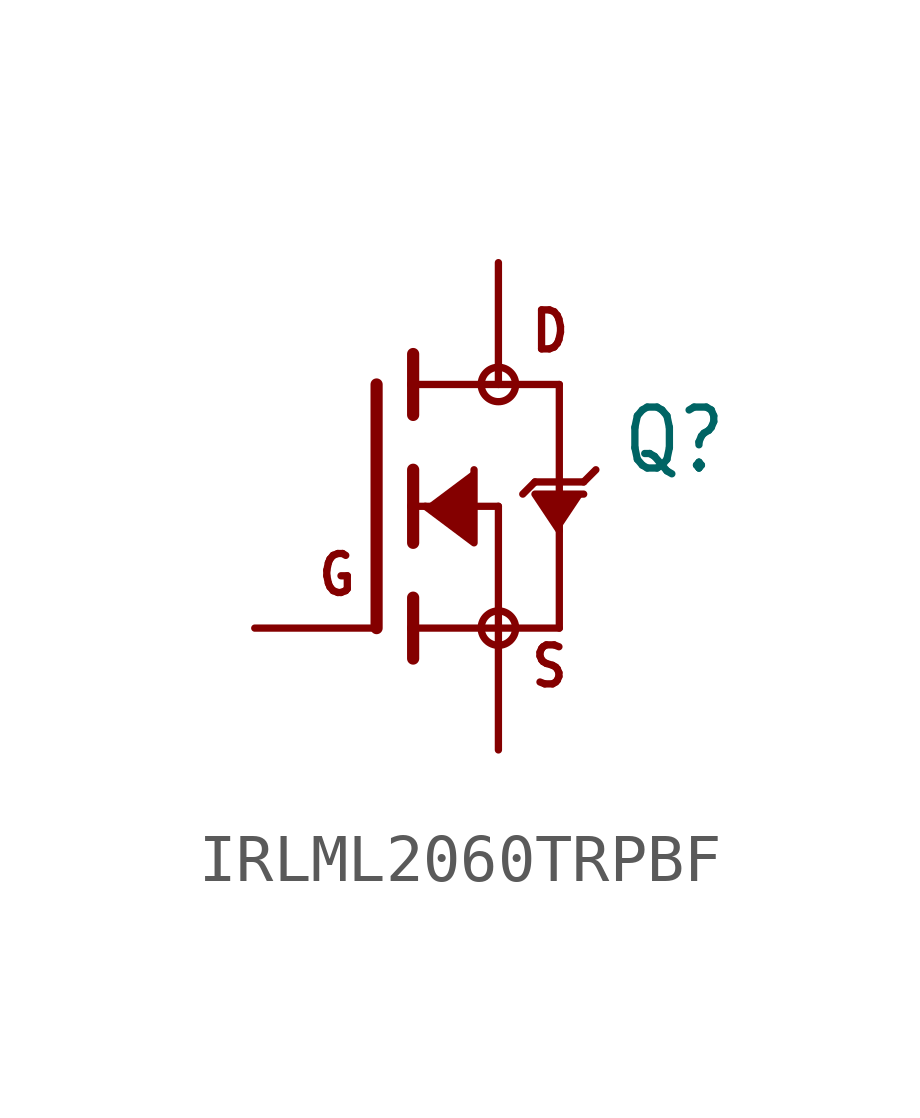
<source format=kicad_sym>
(kicad_symbol_lib
  (version 20241209)
  (generator "kicad_symbol_editor")
  (generator_version "9.0")
  (symbol "IRLML2060TRPBF"
    (property "Reference" "Q"
      (at 5.08 0.635 0)
      (effects (font (size 1.27 1.079)) (justify left bottom)))
    (property "Value" ""
      (at 5.08 -1.27 0)
      (effects (font (size 1.27 1.079)) (justify left bottom)))
    (property "ki_locked" ""
      (at 0 0 0)
      (effects (font (size 1.27 1.27))))
    (symbol "IRLML2060TRPBF_1_0"
      (polyline (pts (xy 0 2.54) (xy 0 -2.54)) (stroke (width 0.254) (type solid)) (fill (type none)))
      (polyline (pts (xy 0.762 3.175) (xy 0.762 2.54)) (stroke (width 0.254) (type solid)) (fill (type none)))
      (polyline (pts (xy 0.762 2.54) (xy 0.762 1.905)) (stroke (width 0.254) (type solid)) (fill (type none)))
      (polyline (pts (xy 0.762 2.54) (xy 3.81 2.54)) (stroke (width 0.152) (type solid)) (fill (type none)))
      (polyline (pts (xy 0.762 0.762) (xy 0.762 0)) (stroke (width 0.254) (type solid)) (fill (type none)))
      (polyline (pts (xy 0.762 0) (xy 0.762 -0.762)) (stroke (width 0.254) (type solid)) (fill (type none)))
      (polyline (pts (xy 0.762 0) (xy 2.54 0)) (stroke (width 0.152) (type solid)) (fill (type none)))
      (polyline (pts (xy 0.762 -1.905) (xy 0.762 -2.54)) (stroke (width 0.254) (type solid)) (fill (type none)))
      (polyline (pts (xy 0.762 -2.54) (xy 0.762 -3.175)) (stroke (width 0.254) (type solid)) (fill (type none)))
      (polyline (pts (xy 1.016 0) (xy 2.032 -0.762) (xy 2.032 0.762)) (stroke (width 0.152) (type solid)) (fill (type outline)))
      (circle (center 2.54 2.54) (radius 0.359) (stroke (width 0) (type solid)) (fill (type none)))
      (polyline (pts (xy 2.54 0) (xy 2.54 -2.54)) (stroke (width 0.152) (type solid)) (fill (type none)))
      (polyline (pts (xy 2.54 -2.54) (xy 0.762 -2.54)) (stroke (width 0.152) (type solid)) (fill (type none)))
      (polyline (pts (xy 2.54 -2.54) (xy 3.81 -2.54)) (stroke (width 0.152) (type solid)) (fill (type none)))
      (circle (center 2.54 -2.54) (radius 0.359) (stroke (width 0) (type solid)) (fill (type none)))
      (polyline (pts (xy 3.302 0.508) (xy 3.048 0.254)) (stroke (width 0.152) (type solid)) (fill (type none)))
      (polyline (pts (xy 3.81 2.54) (xy 3.81 0.508)) (stroke (width 0.152) (type solid)) (fill (type none)))
      (polyline (pts (xy 3.81 0.508) (xy 3.302 0.508)) (stroke (width 0.152) (type solid)) (fill (type none)))
      (polyline (pts (xy 3.81 0.508) (xy 3.81 -2.54)) (stroke (width 0.152) (type solid)) (fill (type none)))
      (polyline (pts (xy 3.81 -0.508) (xy 3.302 0.254) (xy 4.318 0.254)) (stroke (width 0.152) (type solid)) (fill (type outline)))
      (polyline (pts (xy 4.318 0.508) (xy 3.81 0.508)) (stroke (width 0.152) (type solid)) (fill (type none)))
      (polyline (pts (xy 4.572 0.762) (xy 4.318 0.508)) (stroke (width 0.152) (type solid)) (fill (type none)))
      (text "G" (at -1.27 -1.905 0) (effects (font (size 0.813 0.691)) (justify left bottom)))
      (text "D" (at 3.175 3.175 0) (effects (font (size 0.813 0.691)) (justify left bottom)))
      (text "S" (at 3.175 -3.81 0) (effects (font (size 0.813 0.691)) (justify left bottom)))
      (pin bidirectional line (at -2.54 -2.54 0) (length 2.54) (name "G" (effects (font (size 0 0)))) (number "1" (effects (font (size 0 0)))))
      (pin bidirectional line (at 2.54 5.08 270) (length 2.54) (name "D" (effects (font (size 0 0)))) (number "3" (effects (font (size 0 0)))))
      (pin bidirectional line (at 2.54 -5.08 90) (length 2.54) (name "S" (effects (font (size 0 0)))) (number "2" (effects (font (size 0 0))))))))
</source>
